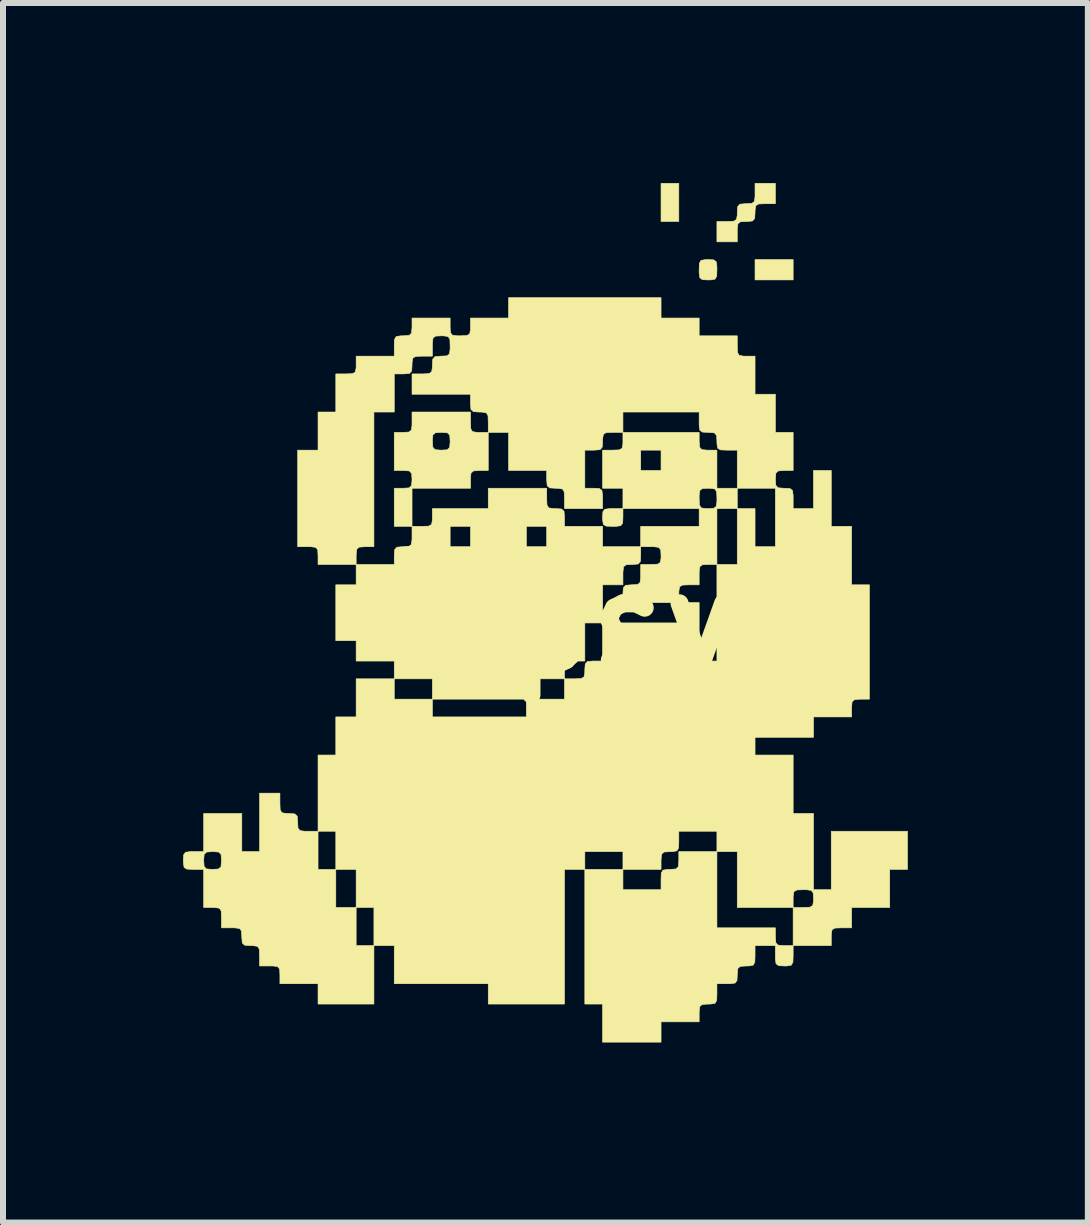
<source format=kicad_pcb>
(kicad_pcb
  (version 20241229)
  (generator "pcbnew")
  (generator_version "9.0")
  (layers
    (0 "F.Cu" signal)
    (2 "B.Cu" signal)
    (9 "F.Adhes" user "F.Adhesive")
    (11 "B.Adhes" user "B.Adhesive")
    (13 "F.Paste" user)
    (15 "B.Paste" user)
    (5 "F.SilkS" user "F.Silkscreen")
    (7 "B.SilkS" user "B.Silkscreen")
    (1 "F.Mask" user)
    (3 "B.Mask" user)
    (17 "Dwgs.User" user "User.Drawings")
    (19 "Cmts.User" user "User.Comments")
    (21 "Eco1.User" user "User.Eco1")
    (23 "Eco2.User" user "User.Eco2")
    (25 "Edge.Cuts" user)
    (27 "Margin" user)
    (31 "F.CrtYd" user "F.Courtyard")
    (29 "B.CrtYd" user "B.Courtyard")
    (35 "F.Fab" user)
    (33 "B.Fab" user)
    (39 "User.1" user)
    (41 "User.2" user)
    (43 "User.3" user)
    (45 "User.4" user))
  (footprint "psy"
    (layer "F.Cu")
    (at 7.329 7.329)
    (property "Reference" "psy" (at 0 0 0) (layer "F.SilkS") (effects (font (size 1.524 1.524) (thickness 0.3))))
    (attr through_hole)
    (fp_poly (pts (xy 0.931 -6.689) (xy 0.635 -6.689) (xy 0.635 -7.324) (xy 0.931 -7.324) (xy 0.931 -6.689)) (stroke (width 0.01) (type solid)) (fill yes) (layer "F.SilkS"))
    (fp_poly (pts (xy 2.836 -5.715) (xy 2.201 -5.715) (xy 2.201 -6.054) (xy 2.836 -6.054) (xy 2.836 -5.715)) (stroke (width 0.01) (type solid)) (fill yes) (layer "F.SilkS"))
    (fp_poly (pts (xy 0 -1.757) (xy -0.005 -1.662) (xy -0.037 -1.62) (xy -0.119 -1.609) (xy -0.169 -1.609) (xy -0.278 -1.613) (xy -0.326 -1.641) (xy -0.338 -1.713) (xy -0.339 -1.757) (xy -0.334 -1.852) (xy -0.302 -1.894) (xy -0.219 -1.905) (xy -0.169 -1.905) (xy 0 -1.905) (xy 0 -1.757)) (stroke (width 0.01) (type solid)) (fill yes) (layer "F.SilkS"))
    (fp_poly (pts (xy 1.513 -6.049) (xy 1.555 -6.017) (xy 1.566 -5.934) (xy 1.566 -5.884) (xy 1.562 -5.776) (xy 1.534 -5.728) (xy 1.462 -5.715) (xy 1.418 -5.715) (xy 1.323 -5.72) (xy 1.281 -5.752) (xy 1.27 -5.834) (xy 1.27 -5.884) (xy 1.274 -5.993) (xy 1.302 -6.041) (xy 1.374 -6.053) (xy 1.418 -6.054) (xy 1.513 -6.049)) (stroke (width 0.01) (type solid)) (fill yes) (layer "F.SilkS"))
    (fp_poly (pts (xy 2.54 -6.985) (xy 2.371 -6.985) (xy 2.262 -6.981) (xy 2.214 -6.953) (xy 2.202 -6.881) (xy 2.201 -6.837) (xy 2.195 -6.738) (xy 2.158 -6.697) (xy 2.064 -6.689) (xy 2.053 -6.689) (xy 1.958 -6.684) (xy 1.916 -6.652) (xy 1.905 -6.569) (xy 1.905 -6.519) (xy 1.905 -6.35) (xy 1.566 -6.35) (xy 1.566 -6.689) (xy 1.736 -6.689) (xy 1.844 -6.693) (xy 1.892 -6.721) (xy 1.905 -6.793) (xy 1.905 -6.837) (xy 1.912 -6.936) (xy 1.949 -6.977) (xy 2.042 -6.985) (xy 2.053 -6.985) (xy 2.148 -6.99) (xy 2.19 -7.022) (xy 2.201 -7.104) (xy 2.201 -7.154) (xy 2.201 -7.324) (xy 2.54 -7.324) (xy 2.54 -6.985)) (stroke (width 0.01) (type solid)) (fill yes) (layer "F.SilkS"))
    (fp_poly (pts (xy -2.54 -3.344) (xy -2.536 -3.236) (xy -2.508 -3.188) (xy -2.436 -3.175) (xy -2.392 -3.175) (xy -2.244 -3.175) (xy -2.244 -2.54) (xy -2.392 -2.54) (xy -2.491 -2.533) (xy -2.532 -2.496) (xy -2.54 -2.403) (xy -2.54 -2.392) (xy -2.54 -2.244) (xy -3.514 -2.244) (xy -3.514 -1.609) (xy -3.81 -1.609) (xy -3.81 -2.244) (xy -3.662 -2.244) (xy -3.563 -2.25) (xy -3.522 -2.287) (xy -3.514 -2.381) (xy -3.514 -2.392) (xy -3.52 -2.491) (xy -3.557 -2.532) (xy -3.651 -2.54) (xy -3.662 -2.54) (xy -3.81 -2.54) (xy -3.81 -3.027) (xy -3.175 -3.027) (xy -3.168 -2.928) (xy -3.131 -2.887) (xy -3.038 -2.879) (xy -3.027 -2.879) (xy -2.928 -2.885) (xy -2.887 -2.922) (xy -2.879 -3.016) (xy -2.879 -3.027) (xy -2.885 -3.126) (xy -2.922 -3.167) (xy -3.016 -3.175) (xy -3.027 -3.175) (xy -3.126 -3.168) (xy -3.167 -3.131) (xy -3.175 -3.038) (xy -3.175 -3.027) (xy -3.81 -3.027) (xy -3.81 -3.175) (xy -3.662 -3.175) (xy -3.567 -3.18) (xy -3.525 -3.212) (xy -3.514 -3.294) (xy -3.514 -3.344) (xy -3.514 -3.514) (xy -2.54 -3.514) (xy -2.54 -3.344)) (stroke (width 0.01) (type solid)) (fill yes) (layer "F.SilkS"))
    (fp_poly (pts (xy 0 -2.244) (xy -0.339 -2.244) (xy -0.339 -2.879) (xy -0.169 -2.879) (xy 0.296 -2.879) (xy 0.296 -2.54) (xy 0.635 -2.54) (xy 0.635 -2.879) (xy 0.296 -2.879) (xy -0.169 -2.879) (xy -0.061 -2.883) (xy -0.013 -2.911) (xy -0.000379 -2.983) (xy 0 -3.027) (xy 0 -3.175) (xy 1.27 -3.175) (xy 1.27 -3.027) (xy 1.277 -2.928) (xy 1.314 -2.887) (xy 1.407 -2.879) (xy 1.418 -2.879) (xy 1.566 -2.879) (xy 1.566 -2.244) (xy 1.905 -2.244) (xy 1.905 -1.905) (xy 1.566 -1.905) (xy 1.566 -0.974) (xy 1.418 -0.974) (xy 1.323 -0.969) (xy 1.281 -0.937) (xy 1.27 -0.854) (xy 1.27 -0.804) (xy 1.27 -0.635) (xy 1.101 -0.635) (xy 0.992 -0.631) (xy 0.944 -0.603) (xy 0.932 -0.531) (xy 0.931 -0.487) (xy 0.931 -0.339) (xy 0 -0.339) (xy 0 -0.487) (xy 0.007 -0.586) (xy 0.044 -0.627) (xy 0.137 -0.635) (xy 0.148 -0.635) (xy 0.243 -0.64) (xy 0.285 -0.672) (xy 0.296 -0.754) (xy 0.296 -0.804) (xy 0.296 -0.974) (xy 0.466 -0.974) (xy 0.574 -0.978) (xy 0.622 -1.006) (xy 0.635 -1.078) (xy 0.635 -1.122) (xy 0.63 -1.217) (xy 0.598 -1.259) (xy 0.516 -1.27) (xy 0.466 -1.27) (xy 0.296 -1.27) (xy 0.296 -1.609) (xy 1.27 -1.609) (xy 1.27 -1.905) (xy 0 -1.905) (xy 0 -2.074) (xy 1.27 -2.074) (xy 1.274 -1.966) (xy 1.302 -1.918) (xy 1.374 -1.905) (xy 1.418 -1.905) (xy 1.513 -1.91) (xy 1.555 -1.942) (xy 1.566 -2.024) (xy 1.566 -2.074) (xy 1.562 -2.183) (xy 1.534 -2.231) (xy 1.462 -2.243) (xy 1.418 -2.244) (xy 1.323 -2.239) (xy 1.281 -2.207) (xy 1.27 -2.124) (xy 1.27 -2.074) (xy 0 -2.074) (xy 0 -2.244)) (stroke (width 0.01) (type solid)) (fill yes) (layer "F.SilkS"))
    (fp_poly (pts (xy -0.974 4.106) (xy -0.974 6.35) (xy -2.244 6.35) (xy -2.244 6.011) (xy -3.81 6.011) (xy -3.81 5.376) (xy -4.149 5.376) (xy -4.149 6.35) (xy -5.08 6.35) (xy -5.08 6.011) (xy -5.715 6.011) (xy -5.715 5.863) (xy -5.72 5.768) (xy -5.752 5.726) (xy -5.834 5.715) (xy -5.884 5.715) (xy -6.054 5.715) (xy -6.054 5.546) (xy -6.058 5.437) (xy -6.086 5.389) (xy -6.158 5.377) (xy -6.202 5.376) (xy -4.445 5.376) (xy -4.149 5.376) (xy -4.149 4.741) (xy -4.445 4.741) (xy -4.445 5.376) (xy -6.202 5.376) (xy -6.301 5.37) (xy -6.342 5.333) (xy -6.35 5.239) (xy -6.35 5.228) (xy -6.355 5.133) (xy -6.387 5.091) (xy -6.469 5.08) (xy -6.519 5.08) (xy -6.689 5.08) (xy -6.689 4.911) (xy -6.693 4.802) (xy -6.721 4.754) (xy -6.793 4.742) (xy -6.837 4.741) (xy -6.985 4.741) (xy -6.985 4.106) (xy -7.154 4.106) (xy -7.263 4.102) (xy -7.311 4.074) (xy -7.323 4.002) (xy -7.324 3.958) (xy -6.985 3.958) (xy -6.978 4.057) (xy -6.941 4.098) (xy -6.848 4.106) (xy -6.837 4.106) (xy -6.738 4.1) (xy -6.697 4.063) (xy -6.689 3.969) (xy -6.689 3.958) (xy -6.695 3.859) (xy -6.732 3.818) (xy -6.826 3.81) (xy -6.837 3.81) (xy -6.936 3.817) (xy -6.977 3.854) (xy -6.985 3.947) (xy -6.985 3.958) (xy -7.324 3.958) (xy -7.319 3.863) (xy -7.287 3.821) (xy -7.204 3.81) (xy -7.154 3.81) (xy -6.985 3.81) (xy -6.985 3.175) (xy -6.35 3.175) (xy -6.35 3.81) (xy -6.054 3.81) (xy -6.054 2.836) (xy -5.715 2.836) (xy -5.715 3.006) (xy -5.711 3.114) (xy -5.683 3.162) (xy -5.611 3.175) (xy -5.567 3.175) (xy -5.468 3.182) (xy -5.427 3.219) (xy -5.419 3.312) (xy -5.419 3.323) (xy -5.414 3.418) (xy -5.382 3.46) (xy -5.299 3.471) (xy -5.249 3.471) (xy -5.08 3.471) (xy -5.08 4.106) (xy -4.784 4.106) (xy -4.784 4.741) (xy -4.445 4.741) (xy -4.445 4.106) (xy -4.784 4.106) (xy -4.784 3.81) (xy -0.635 3.81) (xy -0.635 4.106) (xy 0 4.106) (xy 0 3.81) (xy -0.635 3.81) (xy -4.784 3.81) (xy -4.784 3.471) (xy -5.08 3.471) (xy -5.08 2.201) (xy -4.784 2.201) (xy -4.784 1.566) (xy -4.445 1.566) (xy -3.175 1.566) (xy -1.609 1.566) (xy -1.609 1.27) (xy -3.175 1.27) (xy -3.175 1.566) (xy -4.445 1.566) (xy -4.445 0.931) (xy -3.81 0.931) (xy -3.81 1.27) (xy -3.175 1.27) (xy -3.175 0.931) (xy -1.609 0.931) (xy -1.609 1.27) (xy -0.974 1.27) (xy -0.974 0.931) (xy -1.609 0.931) (xy -3.175 0.931) (xy -3.81 0.931) (xy -3.81 0.783) (xy -0.974 0.783) (xy -0.974 0.931) (xy -0.804 0.931) (xy -0.696 0.927) (xy -0.648 0.899) (xy -0.635 0.827) (xy -0.635 0.783) (xy -0.628 0.684) (xy -0.591 0.643) (xy -0.498 0.635) (xy -0.487 0.635) (xy -0.339 0.635) (xy -0.339 0) (xy -0.635 0) (xy -0.635 0.635) (xy -0.804 0.635) (xy -0.913 0.639) (xy -0.961 0.667) (xy -0.973 0.739) (xy -0.974 0.783) (xy -3.81 0.783) (xy -3.81 0.635) (xy -4.445 0.635) (xy -4.445 0.296) (xy -4.784 0.296) (xy -4.784 -0.635) (xy -4.445 -0.635) (xy -4.445 -0.974) (xy -5.08 -0.974) (xy -5.08 -1.122) (xy -4.445 -1.122) (xy -4.445 -0.974) (xy -3.81 -0.974) (xy -3.81 -1.122) (xy -3.803 -1.221) (xy -3.766 -1.262) (xy -3.673 -1.27) (xy -3.662 -1.27) (xy -3.567 -1.275) (xy -3.525 -1.307) (xy -3.514 -1.389) (xy -3.514 -1.439) (xy -3.514 -1.609) (xy -3.344 -1.609) (xy -2.879 -1.609) (xy -2.879 -1.27) (xy -2.54 -1.27) (xy -2.54 -1.609) (xy -1.609 -1.609) (xy -1.609 -1.27) (xy -1.27 -1.27) (xy -1.27 -1.609) (xy -1.609 -1.609) (xy -2.54 -1.609) (xy -2.879 -1.609) (xy -3.344 -1.609) (xy -3.236 -1.613) (xy -3.188 -1.641) (xy -3.175 -1.713) (xy -3.175 -1.757) (xy -3.175 -1.905) (xy -2.244 -1.905) (xy -2.244 -2.244) (xy -1.27 -2.244) (xy -1.27 -2.074) (xy -1.266 -1.966) (xy -1.238 -1.918) (xy -1.166 -1.905) (xy -1.122 -1.905) (xy -1.023 -1.898) (xy -0.982 -1.861) (xy -0.974 -1.768) (xy -0.974 -1.757) (xy -0.974 -1.609) (xy -0.339 -1.609) (xy -0.339 -1.27) (xy 0.296 -1.27) (xy 0.296 -1.122) (xy 0.29 -1.023) (xy 0.253 -0.982) (xy 0.159 -0.974) (xy 0.148 -0.974) (xy 0.053 -0.969) (xy 0.011 -0.937) (xy 0.000331 -0.854) (xy 0 -0.804) (xy 0 -0.635) (xy -0.339 -0.635) (xy -0.339 0) (xy 0.931 0) (xy 0.931 -0.339) (xy 1.27 -0.339) (xy 1.27 0.635) (xy 1.566 0.635) (xy 1.566 -0.974) (xy 1.905 -0.974) (xy 1.905 -1.905) (xy 2.201 -1.905) (xy 2.201 -1.27) (xy 2.54 -1.27) (xy 2.54 -2.244) (xy 1.905 -2.244) (xy 1.905 -2.879) (xy 1.736 -2.879) (xy 1.627 -2.883) (xy 1.579 -2.911) (xy 1.567 -2.983) (xy 1.566 -3.027) (xy 1.56 -3.126) (xy 1.523 -3.167) (xy 1.429 -3.175) (xy 1.418 -3.175) (xy 1.323 -3.18) (xy 1.281 -3.212) (xy 1.27 -3.294) (xy 1.27 -3.344) (xy 1.27 -3.514) (xy 0 -3.514) (xy 0 -3.175) (xy -0.169 -3.175) (xy -0.278 -3.171) (xy -0.326 -3.143) (xy -0.338 -3.071) (xy -0.339 -3.027) (xy -0.345 -2.928) (xy -0.382 -2.887) (xy -0.476 -2.879) (xy -0.487 -2.879) (xy -0.635 -2.879) (xy -0.635 -2.244) (xy -0.487 -2.244) (xy -0.392 -2.239) (xy -0.35 -2.207) (xy -0.339 -2.124) (xy -0.339 -2.074) (xy -0.339 -1.905) (xy -0.974 -1.905) (xy -0.974 -2.074) (xy -0.978 -2.183) (xy -1.006 -2.231) (xy -1.078 -2.243) (xy -1.122 -2.244) (xy -1.221 -2.25) (xy -1.262 -2.287) (xy -1.27 -2.381) (xy -1.27 -2.392) (xy -1.27 -2.54) (xy -1.905 -2.54) (xy -1.905 -3.175) (xy -2.244 -3.175) (xy -2.244 -3.344) (xy -2.248 -3.453) (xy -2.276 -3.501) (xy -2.348 -3.513) (xy -2.392 -3.514) (xy -2.491 -3.52) (xy -2.532 -3.557) (xy -2.54 -3.651) (xy -2.54 -3.662) (xy -2.54 -3.81) (xy -3.514 -3.81) (xy -3.514 -4.149) (xy -3.344 -4.149) (xy -3.236 -4.153) (xy -3.188 -4.181) (xy -3.175 -4.253) (xy -3.175 -4.297) (xy -3.168 -4.396) (xy -3.131 -4.437) (xy -3.038 -4.445) (xy -3.027 -4.445) (xy -2.932 -4.45) (xy -2.89 -4.482) (xy -2.879 -4.564) (xy -2.879 -4.614) (xy -2.883 -4.723) (xy -2.911 -4.771) (xy -2.983 -4.783) (xy -3.027 -4.784) (xy -3.122 -4.779) (xy -3.164 -4.747) (xy -3.175 -4.664) (xy -3.175 -4.614) (xy -3.175 -4.445) (xy -3.344 -4.445) (xy -3.453 -4.441) (xy -3.501 -4.413) (xy -3.513 -4.341) (xy -3.514 -4.297) (xy -3.52 -4.198) (xy -3.557 -4.157) (xy -3.651 -4.149) (xy -3.662 -4.149) (xy -3.81 -4.149) (xy -3.81 -3.514) (xy -4.149 -3.514) (xy -4.149 -1.27) (xy -4.297 -1.27) (xy -4.396 -1.263) (xy -4.437 -1.226) (xy -4.445 -1.133) (xy -4.445 -1.122) (xy -5.08 -1.122) (xy -5.085 -1.217) (xy -5.117 -1.259) (xy -5.199 -1.27) (xy -5.249 -1.27) (xy -5.419 -1.27) (xy -5.419 -2.879) (xy -5.08 -2.879) (xy -5.08 -3.514) (xy -4.784 -3.514) (xy -4.784 -4.149) (xy -4.614 -4.149) (xy -4.506 -4.153) (xy -4.458 -4.181) (xy -4.445 -4.253) (xy -4.445 -4.297) (xy -4.445 -4.445) (xy -3.81 -4.445) (xy -3.81 -4.614) (xy -3.806 -4.723) (xy -3.778 -4.771) (xy -3.706 -4.783) (xy -3.662 -4.784) (xy -3.563 -4.79) (xy -3.522 -4.827) (xy -3.514 -4.921) (xy -3.514 -4.932) (xy -3.514 -5.08) (xy -2.879 -5.08) (xy -2.879 -4.932) (xy -2.874 -4.837) (xy -2.842 -4.795) (xy -2.759 -4.784) (xy -2.709 -4.784) (xy -2.601 -4.788) (xy -2.553 -4.816) (xy -2.54 -4.888) (xy -2.54 -4.932) (xy -2.54 -5.08) (xy -1.905 -5.08) (xy -1.905 -5.419) (xy 0.635 -5.419) (xy 0.635 -5.08) (xy 1.27 -5.08) (xy 1.27 -4.784) (xy 1.905 -4.784) (xy 1.905 -4.614) (xy 1.909 -4.506) (xy 1.937 -4.458) (xy 2.009 -4.445) (xy 2.053 -4.445) (xy 2.201 -4.445) (xy 2.201 -3.81) (xy 2.54 -3.81) (xy 2.54 -3.175) (xy 2.836 -3.175) (xy 2.836 -2.54) (xy 2.688 -2.54) (xy 2.589 -2.533) (xy 2.548 -2.496) (xy 2.54 -2.403) (xy 2.54 -2.392) (xy 2.547 -2.293) (xy 2.584 -2.252) (xy 2.677 -2.244) (xy 2.688 -2.244) (xy 2.783 -2.239) (xy 2.825 -2.207) (xy 2.836 -2.124) (xy 2.836 -2.074) (xy 2.836 -1.905) (xy 3.175 -1.905) (xy 3.175 -2.54) (xy 3.471 -2.54) (xy 3.471 -1.609) (xy 3.81 -1.609) (xy 3.81 -0.635) (xy 4.106 -0.635) (xy 4.106 1.27) (xy 3.958 1.27) (xy 3.859 1.277) (xy 3.818 1.314) (xy 3.81 1.407) (xy 3.81 1.418) (xy 3.81 1.566) (xy 3.175 1.566) (xy 3.175 1.905) (xy 2.201 1.905) (xy 2.201 2.201) (xy 2.836 2.201) (xy 2.836 3.175) (xy 3.175 3.175) (xy 3.175 4.445) (xy 3.471 4.445) (xy 3.471 3.471) (xy 4.741 3.471) (xy 4.741 4.106) (xy 4.445 4.106) (xy 4.445 4.741) (xy 3.81 4.741) (xy 3.81 5.08) (xy 3.641 5.08) (xy 3.532 5.084) (xy 3.484 5.112) (xy 3.472 5.184) (xy 3.471 5.228) (xy 3.471 5.376) (xy 2.836 5.376) (xy 2.836 5.546) (xy 2.832 5.654) (xy 2.804 5.702) (xy 2.732 5.715) (xy 2.688 5.715) (xy 2.593 5.71) (xy 2.551 5.678) (xy 2.54 5.596) (xy 2.54 5.546) (xy 2.54 5.376) (xy 2.201 5.376) (xy 2.201 5.546) (xy 2.197 5.654) (xy 2.169 5.702) (xy 2.097 5.715) (xy 2.053 5.715) (xy 1.954 5.722) (xy 1.913 5.759) (xy 1.905 5.852) (xy 1.905 5.863) (xy 1.9 5.958) (xy 1.868 6) (xy 1.786 6.011) (xy 1.736 6.011) (xy 1.566 6.011) (xy 1.566 6.181) (xy 1.562 6.289) (xy 1.534 6.337) (xy 1.462 6.35) (xy 1.418 6.35) (xy 1.319 6.357) (xy 1.278 6.394) (xy 1.27 6.487) (xy 1.27 6.498) (xy 1.27 6.646) (xy 0.635 6.646) (xy 0.635 6.985) (xy -0.339 6.985) (xy -0.339 6.35) (xy -0.635 6.35) (xy -0.635 4.445) (xy 0 4.445) (xy 0.635 4.445) (xy 0.635 4.276) (xy 0.639 4.167) (xy 0.667 4.119) (xy 0.739 4.107) (xy 0.783 4.106) (xy 0.882 4.1) (xy 0.923 4.063) (xy 0.931 3.969) (xy 0.931 3.958) (xy 0.931 3.81) (xy 1.566 3.81) (xy 1.566 5.08) (xy 2.54 5.08) (xy 2.54 5.228) (xy 2.547 5.327) (xy 2.584 5.368) (xy 2.677 5.376) (xy 2.688 5.376) (xy 2.836 5.376) (xy 2.836 4.741) (xy 1.905 4.741) (xy 1.905 4.593) (xy 2.836 4.593) (xy 2.836 4.741) (xy 3.006 4.741) (xy 3.114 4.737) (xy 3.162 4.709) (xy 3.175 4.637) (xy 3.175 4.593) (xy 3.17 4.498) (xy 3.138 4.456) (xy 3.056 4.445) (xy 3.006 4.445) (xy 2.897 4.449) (xy 2.849 4.477) (xy 2.837 4.549) (xy 2.836 4.593) (xy 1.905 4.593) (xy 1.905 3.81) (xy 1.566 3.81) (xy 1.566 3.471) (xy 0.931 3.471) (xy 0.931 3.641) (xy 0.927 3.749) (xy 0.899 3.797) (xy 0.827 3.81) (xy 0.783 3.81) (xy 0.684 3.817) (xy 0.643 3.854) (xy 0.635 3.947) (xy 0.635 3.958) (xy 0.635 4.106) (xy 0 4.106) (xy 0 4.445) (xy -0.635 4.445) (xy -0.635 4.106) (xy -0.974 4.106)) (stroke (width 0.01) (type solid)) (fill yes) (layer "F.SilkS")))
  (gr_rect
    (start -3 -3)
    (end 15.075 17.319)
    (stroke (width 0.1) (type default))
    (fill no)
    (layer "Edge.Cuts")))
</source>
